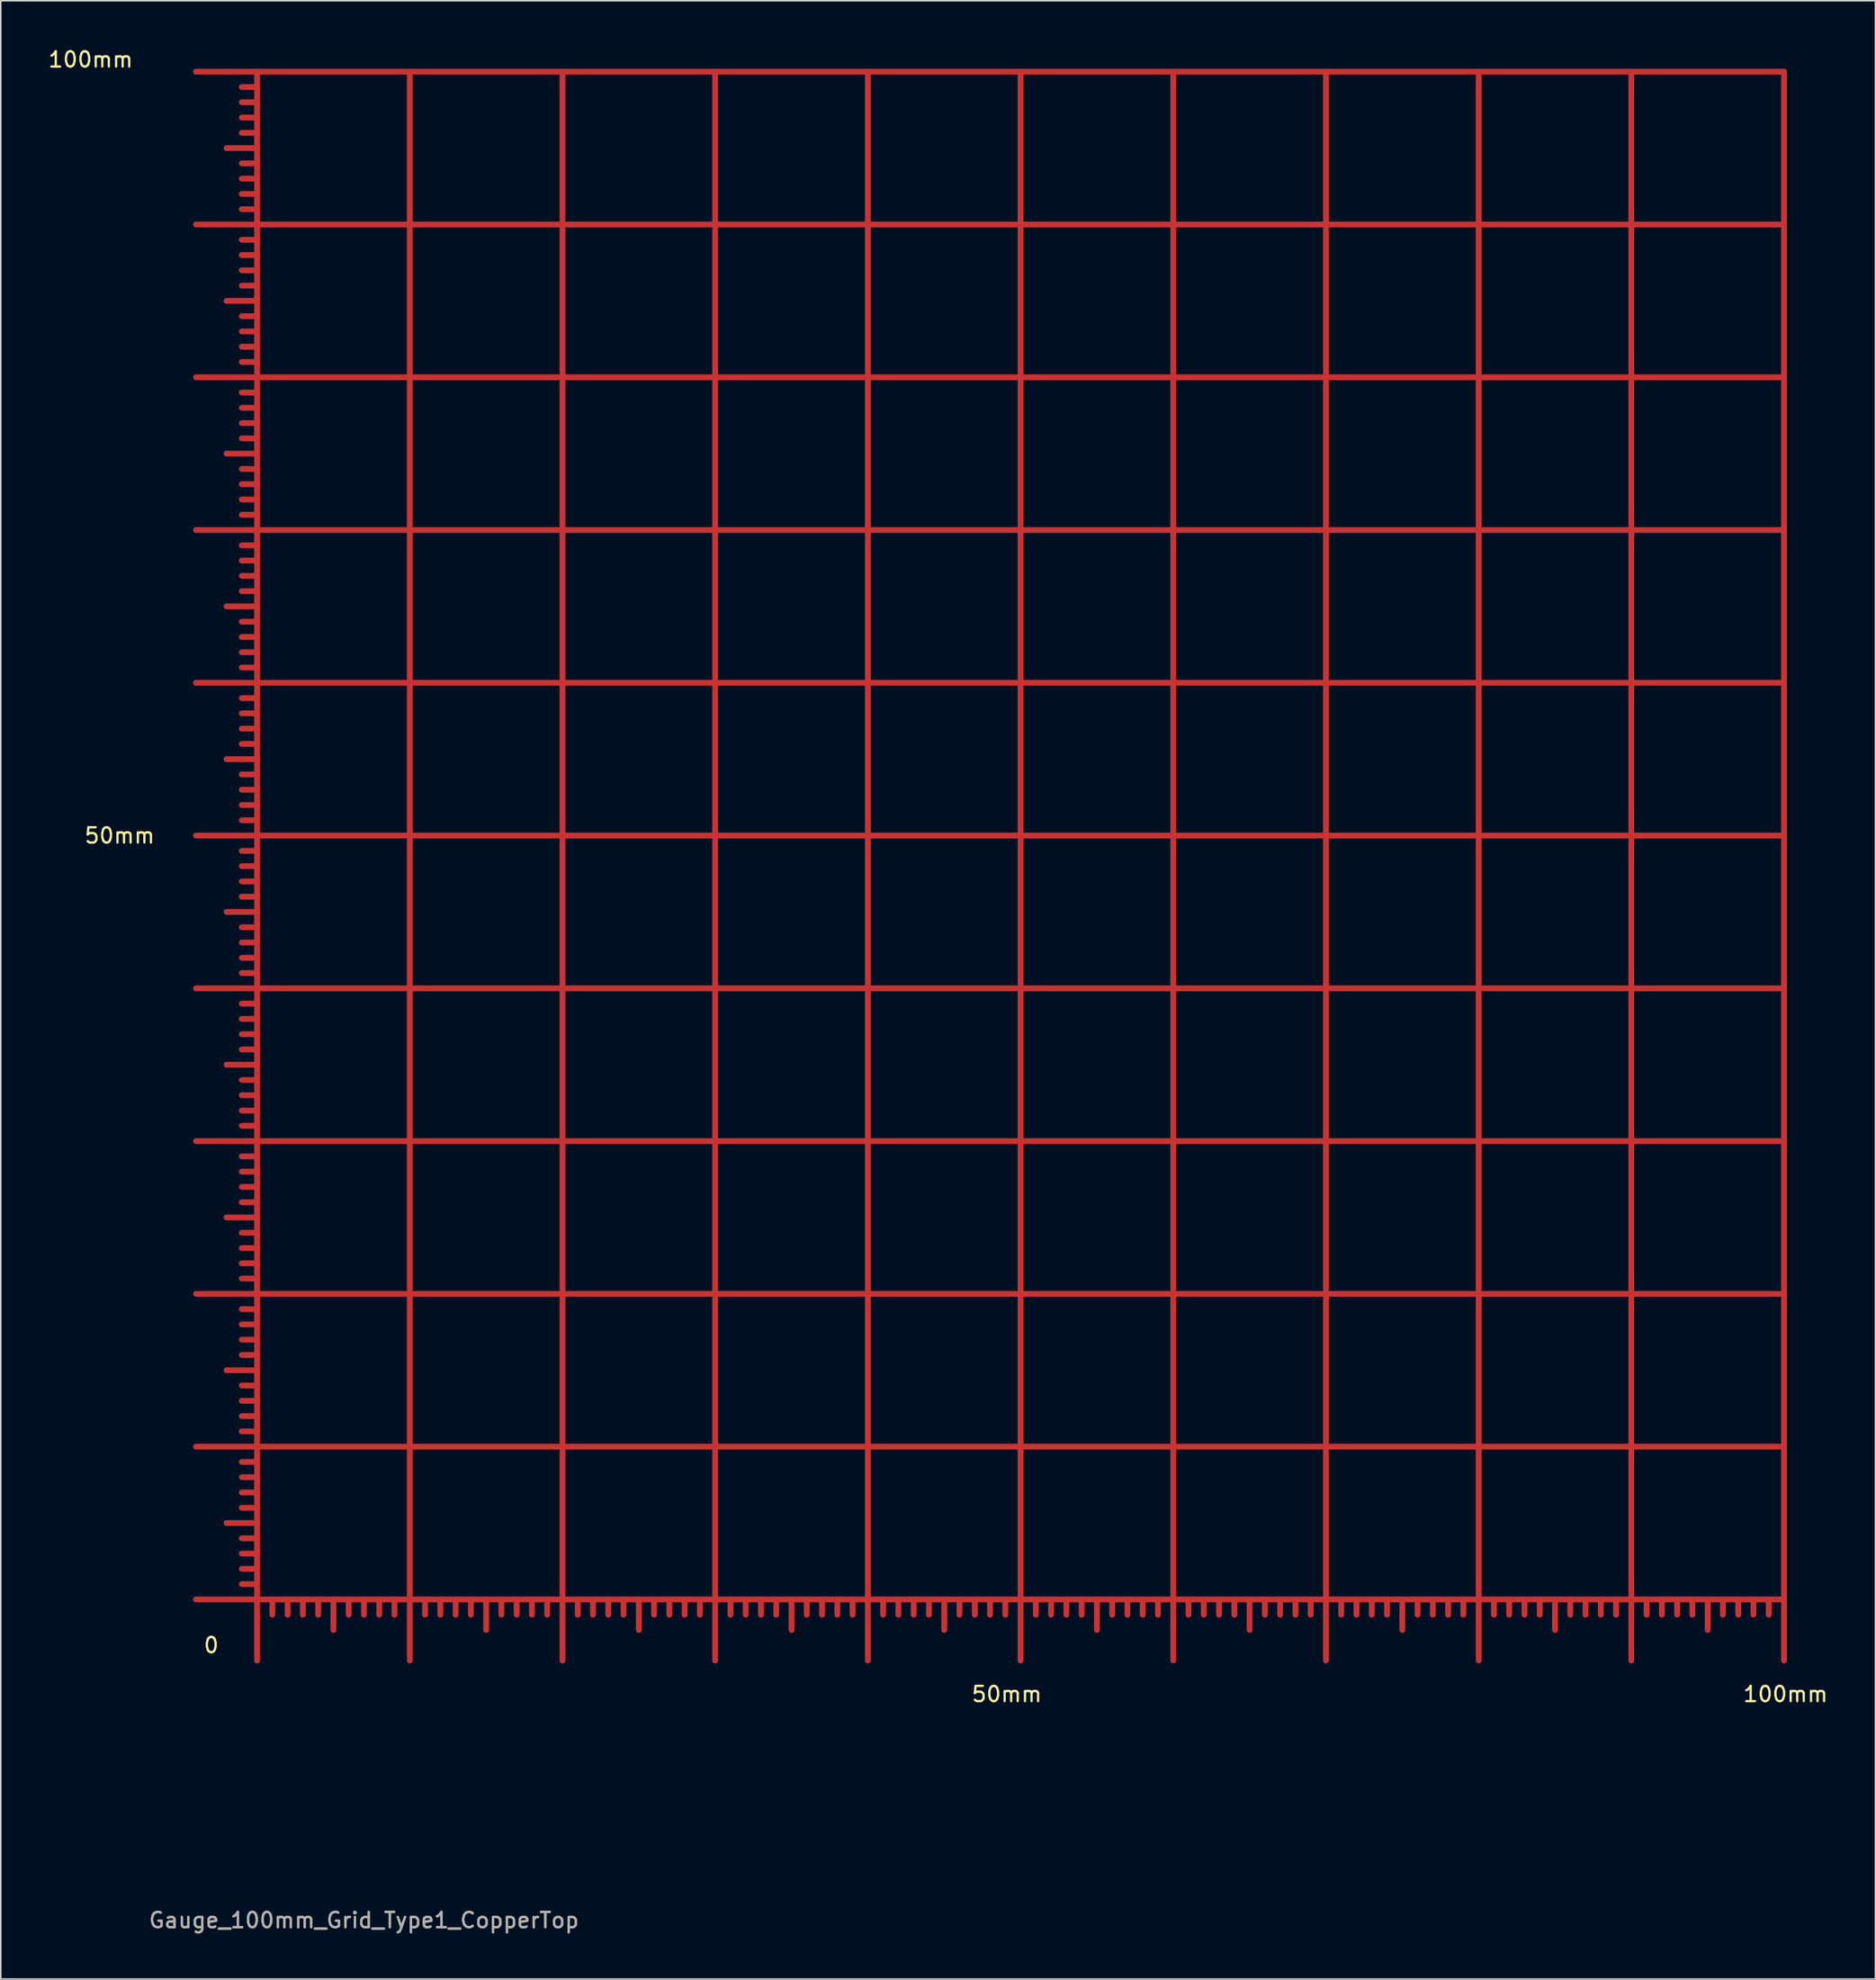
<source format=kicad_pcb>
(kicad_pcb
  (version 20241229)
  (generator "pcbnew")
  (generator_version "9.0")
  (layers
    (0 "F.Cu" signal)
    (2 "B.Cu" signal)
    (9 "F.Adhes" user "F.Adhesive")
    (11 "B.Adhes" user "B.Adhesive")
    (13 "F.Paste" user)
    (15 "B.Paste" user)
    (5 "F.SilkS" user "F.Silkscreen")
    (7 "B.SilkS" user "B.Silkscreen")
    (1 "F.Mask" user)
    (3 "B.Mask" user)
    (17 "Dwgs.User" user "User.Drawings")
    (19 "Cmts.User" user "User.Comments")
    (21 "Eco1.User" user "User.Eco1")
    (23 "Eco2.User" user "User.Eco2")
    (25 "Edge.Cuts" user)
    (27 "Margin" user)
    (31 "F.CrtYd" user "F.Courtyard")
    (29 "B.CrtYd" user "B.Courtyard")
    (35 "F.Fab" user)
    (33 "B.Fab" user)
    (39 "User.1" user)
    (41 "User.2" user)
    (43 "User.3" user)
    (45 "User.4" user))
  (footprint "Gauge_100mm_Grid_Type1_CopperTop"
    (layer "F.Cu")
    (at 13.786 101.646)
    (property "Reference" "Gauge_100mm_Grid_Type1_CopperTop" (at 7 21.001 0) (layer "F.SilkS") (effects (font (size 1 1) (thickness 0.15))))
    (attr exclude_from_pos_files exclude_from_bom)
    (fp_line (start -1.999 -100) (end -4 -100) (stroke (width 0.381) (type solid)) (layer "F.Cu"))
    (fp_line (start -1.001 -55.001) (end -1.999 -55.001) (stroke (width 0.381) (type solid)) (layer "F.Cu"))
    (fp_line (start 0 -100) (end -1.999 -100) (stroke (width 0.381) (type solid)) (layer "F.Cu"))
    (fp_line (start 0 -100) (end 100 -100) (stroke (width 0.381) (type solid)) (layer "F.Cu"))
    (fp_line (start 0 -98.999) (end -1.001 -98.999) (stroke (width 0.381) (type solid)) (layer "F.Cu"))
    (fp_line (start 0 -98.001) (end -1.001 -98.001) (stroke (width 0.381) (type solid)) (layer "F.Cu"))
    (fp_line (start 0 -97) (end -1.001 -97) (stroke (width 0.381) (type solid)) (layer "F.Cu"))
    (fp_line (start 0 -95.999) (end -1.001 -95.999) (stroke (width 0.381) (type solid)) (layer "F.Cu"))
    (fp_line (start 0 -95.001) (end -1.999 -95.001) (stroke (width 0.381) (type solid)) (layer "F.Cu"))
    (fp_line (start 0 -94) (end -1.001 -94) (stroke (width 0.381) (type solid)) (layer "F.Cu"))
    (fp_line (start 0 -93) (end -1.001 -93) (stroke (width 0.381) (type solid)) (layer "F.Cu"))
    (fp_line (start 0 -91.999) (end -1.001 -91.999) (stroke (width 0.381) (type solid)) (layer "F.Cu"))
    (fp_line (start 0 -91.001) (end -1.001 -91.001) (stroke (width 0.381) (type solid)) (layer "F.Cu"))
    (fp_line (start 0 -90) (end -4 -90) (stroke (width 0.381) (type solid)) (layer "F.Cu"))
    (fp_line (start 0 -90) (end 100 -90) (stroke (width 0.381) (type solid)) (layer "F.Cu"))
    (fp_line (start 0 -88.999) (end -1.001 -88.999) (stroke (width 0.381) (type solid)) (layer "F.Cu"))
    (fp_line (start 0 -88.001) (end -1.001 -88.001) (stroke (width 0.381) (type solid)) (layer "F.Cu"))
    (fp_line (start 0 -87) (end -1.001 -87) (stroke (width 0.381) (type solid)) (layer "F.Cu"))
    (fp_line (start 0 -85.999) (end -1.001 -85.999) (stroke (width 0.381) (type solid)) (layer "F.Cu"))
    (fp_line (start 0 -85.001) (end -1.999 -85.001) (stroke (width 0.381) (type solid)) (layer "F.Cu"))
    (fp_line (start 0 -84) (end -1.001 -84) (stroke (width 0.381) (type solid)) (layer "F.Cu"))
    (fp_line (start 0 -83) (end -1.001 -83) (stroke (width 0.381) (type solid)) (layer "F.Cu"))
    (fp_line (start 0 -81.999) (end -1.001 -81.999) (stroke (width 0.381) (type solid)) (layer "F.Cu"))
    (fp_line (start 0 -81.001) (end -1.001 -81.001) (stroke (width 0.381) (type solid)) (layer "F.Cu"))
    (fp_line (start 0 -80) (end -4 -80) (stroke (width 0.381) (type solid)) (layer "F.Cu"))
    (fp_line (start 0 -80) (end 100 -80) (stroke (width 0.381) (type solid)) (layer "F.Cu"))
    (fp_line (start 0 -78.999) (end -1.001 -78.999) (stroke (width 0.381) (type solid)) (layer "F.Cu"))
    (fp_line (start 0 -78.001) (end -1.001 -78.001) (stroke (width 0.381) (type solid)) (layer "F.Cu"))
    (fp_line (start 0 -77) (end -1.001 -77) (stroke (width 0.381) (type solid)) (layer "F.Cu"))
    (fp_line (start 0 -75.999) (end -1.001 -75.999) (stroke (width 0.381) (type solid)) (layer "F.Cu"))
    (fp_line (start 0 -75.001) (end -1.999 -75.001) (stroke (width 0.381) (type solid)) (layer "F.Cu"))
    (fp_line (start 0 -74) (end -1.001 -74) (stroke (width 0.381) (type solid)) (layer "F.Cu"))
    (fp_line (start 0 -73) (end -1.001 -73) (stroke (width 0.381) (type solid)) (layer "F.Cu"))
    (fp_line (start 0 -71.999) (end -1.001 -71.999) (stroke (width 0.381) (type solid)) (layer "F.Cu"))
    (fp_line (start 0 -71.001) (end -1.001 -71.001) (stroke (width 0.381) (type solid)) (layer "F.Cu"))
    (fp_line (start 0 -70) (end -4 -70) (stroke (width 0.381) (type solid)) (layer "F.Cu"))
    (fp_line (start 0 -70) (end 100 -70) (stroke (width 0.381) (type solid)) (layer "F.Cu"))
    (fp_line (start 0 -68.999) (end -1.001 -68.999) (stroke (width 0.381) (type solid)) (layer "F.Cu"))
    (fp_line (start 0 -68.001) (end -1.001 -68.001) (stroke (width 0.381) (type solid)) (layer "F.Cu"))
    (fp_line (start 0 -67) (end -1.001 -67) (stroke (width 0.381) (type solid)) (layer "F.Cu"))
    (fp_line (start 0 -65.999) (end -1.001 -65.999) (stroke (width 0.381) (type solid)) (layer "F.Cu"))
    (fp_line (start 0 -65.001) (end -1.999 -65.001) (stroke (width 0.381) (type solid)) (layer "F.Cu"))
    (fp_line (start 0 -64) (end -1.001 -64) (stroke (width 0.381) (type solid)) (layer "F.Cu"))
    (fp_line (start 0 -63) (end -1.001 -63) (stroke (width 0.381) (type solid)) (layer "F.Cu"))
    (fp_line (start 0 -61.999) (end -1.001 -61.999) (stroke (width 0.381) (type solid)) (layer "F.Cu"))
    (fp_line (start 0 -61.001) (end -1.001 -61.001) (stroke (width 0.381) (type solid)) (layer "F.Cu"))
    (fp_line (start 0 -60) (end -4 -60) (stroke (width 0.381) (type solid)) (layer "F.Cu"))
    (fp_line (start 0 -60) (end 100 -60) (stroke (width 0.381) (type solid)) (layer "F.Cu"))
    (fp_line (start 0 -58.999) (end -1.001 -58.999) (stroke (width 0.381) (type solid)) (layer "F.Cu"))
    (fp_line (start 0 -58.001) (end -1.001 -58.001) (stroke (width 0.381) (type solid)) (layer "F.Cu"))
    (fp_line (start 0 -57) (end -1.001 -57) (stroke (width 0.381) (type solid)) (layer "F.Cu"))
    (fp_line (start 0 -55.999) (end -1.001 -55.999) (stroke (width 0.381) (type solid)) (layer "F.Cu"))
    (fp_line (start 0 -55.001) (end -1.001 -55.001) (stroke (width 0.381) (type solid)) (layer "F.Cu"))
    (fp_line (start 0 -54) (end -1.001 -54) (stroke (width 0.381) (type solid)) (layer "F.Cu"))
    (fp_line (start 0 -53) (end -1.001 -53) (stroke (width 0.381) (type solid)) (layer "F.Cu"))
    (fp_line (start 0 -51.999) (end -1.001 -51.999) (stroke (width 0.381) (type solid)) (layer "F.Cu"))
    (fp_line (start 0 -51.001) (end -1.001 -51.001) (stroke (width 0.381) (type solid)) (layer "F.Cu"))
    (fp_line (start 0 -50) (end -4 -50) (stroke (width 0.381) (type solid)) (layer "F.Cu"))
    (fp_line (start 0 -50) (end 100 -50) (stroke (width 0.381) (type solid)) (layer "F.Cu"))
    (fp_line (start 0 -48.999) (end -1.001 -48.999) (stroke (width 0.381) (type solid)) (layer "F.Cu"))
    (fp_line (start 0 -48.001) (end -1.001 -48.001) (stroke (width 0.381) (type solid)) (layer "F.Cu"))
    (fp_line (start 0 -47) (end -1.001 -47) (stroke (width 0.381) (type solid)) (layer "F.Cu"))
    (fp_line (start 0 -45.999) (end -1.001 -45.999) (stroke (width 0.381) (type solid)) (layer "F.Cu"))
    (fp_line (start 0 -45.001) (end -1.999 -45.001) (stroke (width 0.381) (type solid)) (layer "F.Cu"))
    (fp_line (start 0 -44) (end -1.001 -44) (stroke (width 0.381) (type solid)) (layer "F.Cu"))
    (fp_line (start 0 -43) (end -1.001 -43) (stroke (width 0.381) (type solid)) (layer "F.Cu"))
    (fp_line (start 0 -41.999) (end -1.001 -41.999) (stroke (width 0.381) (type solid)) (layer "F.Cu"))
    (fp_line (start 0 -41.001) (end -1.001 -41.001) (stroke (width 0.381) (type solid)) (layer "F.Cu"))
    (fp_line (start 0 -40) (end -4 -40) (stroke (width 0.381) (type solid)) (layer "F.Cu"))
    (fp_line (start 0 -40) (end 100 -40) (stroke (width 0.381) (type solid)) (layer "F.Cu"))
    (fp_line (start 0 -38.999) (end -1.001 -38.999) (stroke (width 0.381) (type solid)) (layer "F.Cu"))
    (fp_line (start 0 -38.001) (end -1.001 -38.001) (stroke (width 0.381) (type solid)) (layer "F.Cu"))
    (fp_line (start 0 -37) (end -1.001 -37) (stroke (width 0.381) (type solid)) (layer "F.Cu"))
    (fp_line (start 0 -35.999) (end -1.001 -35.999) (stroke (width 0.381) (type solid)) (layer "F.Cu"))
    (fp_line (start 0 -35.001) (end -1.999 -35.001) (stroke (width 0.381) (type solid)) (layer "F.Cu"))
    (fp_line (start 0 -34) (end -1.001 -34) (stroke (width 0.381) (type solid)) (layer "F.Cu"))
    (fp_line (start 0 -33) (end -1.001 -33) (stroke (width 0.381) (type solid)) (layer "F.Cu"))
    (fp_line (start 0 -31.999) (end -1.001 -31.999) (stroke (width 0.381) (type solid)) (layer "F.Cu"))
    (fp_line (start 0 -31.001) (end -1.001 -31.001) (stroke (width 0.381) (type solid)) (layer "F.Cu"))
    (fp_line (start 0 -30) (end -4 -30) (stroke (width 0.381) (type solid)) (layer "F.Cu"))
    (fp_line (start 0 -30) (end 100 -30) (stroke (width 0.381) (type solid)) (layer "F.Cu"))
    (fp_line (start 0 -28.999) (end -1.001 -28.999) (stroke (width 0.381) (type solid)) (layer "F.Cu"))
    (fp_line (start 0 -28.001) (end -1.001 -28.001) (stroke (width 0.381) (type solid)) (layer "F.Cu"))
    (fp_line (start 0 -27) (end -1.001 -27) (stroke (width 0.381) (type solid)) (layer "F.Cu"))
    (fp_line (start 0 -25.999) (end -1.001 -25.999) (stroke (width 0.381) (type solid)) (layer "F.Cu"))
    (fp_line (start 0 -25.001) (end -1.999 -25.001) (stroke (width 0.381) (type solid)) (layer "F.Cu"))
    (fp_line (start 0 -24) (end -1.001 -24) (stroke (width 0.381) (type solid)) (layer "F.Cu"))
    (fp_line (start 0 -23) (end -1.001 -23) (stroke (width 0.381) (type solid)) (layer "F.Cu"))
    (fp_line (start 0 -21.999) (end -1.001 -21.999) (stroke (width 0.381) (type solid)) (layer "F.Cu"))
    (fp_line (start 0 -21.001) (end -1.001 -21.001) (stroke (width 0.381) (type solid)) (layer "F.Cu"))
    (fp_line (start 0 -20) (end -4 -20) (stroke (width 0.381) (type solid)) (layer "F.Cu"))
    (fp_line (start 0 -20) (end 100 -20) (stroke (width 0.381) (type solid)) (layer "F.Cu"))
    (fp_line (start 0 -18.999) (end -1.001 -18.999) (stroke (width 0.381) (type solid)) (layer "F.Cu"))
    (fp_line (start 0 -18.001) (end -1.001 -18.001) (stroke (width 0.381) (type solid)) (layer "F.Cu"))
    (fp_line (start 0 -17) (end -1.001 -17) (stroke (width 0.381) (type solid)) (layer "F.Cu"))
    (fp_line (start 0 -15.999) (end -1.001 -15.999) (stroke (width 0.381) (type solid)) (layer "F.Cu"))
    (fp_line (start 0 -15.001) (end -1.999 -15.001) (stroke (width 0.381) (type solid)) (layer "F.Cu"))
    (fp_line (start 0 -14) (end -1.001 -14) (stroke (width 0.381) (type solid)) (layer "F.Cu"))
    (fp_line (start 0 -13) (end -1.001 -13) (stroke (width 0.381) (type solid)) (layer "F.Cu"))
    (fp_line (start 0 -11.999) (end -1.001 -11.999) (stroke (width 0.381) (type solid)) (layer "F.Cu"))
    (fp_line (start 0 -11.001) (end -1.001 -11.001) (stroke (width 0.381) (type solid)) (layer "F.Cu"))
    (fp_line (start 0 -10) (end -4 -10) (stroke (width 0.381) (type solid)) (layer "F.Cu"))
    (fp_line (start 0 -10) (end 100 -10) (stroke (width 0.381) (type solid)) (layer "F.Cu"))
    (fp_line (start 0 -8.999) (end -1.001 -8.999) (stroke (width 0.381) (type solid)) (layer "F.Cu"))
    (fp_line (start 0 -8.001) (end -1.001 -8.001) (stroke (width 0.381) (type solid)) (layer "F.Cu"))
    (fp_line (start 0 -7) (end -1.001 -7) (stroke (width 0.381) (type solid)) (layer "F.Cu"))
    (fp_line (start 0 -5.999) (end -1.001 -5.999) (stroke (width 0.381) (type solid)) (layer "F.Cu"))
    (fp_line (start 0 -5.001) (end -1.999 -5.001) (stroke (width 0.381) (type solid)) (layer "F.Cu"))
    (fp_line (start 0 -4) (end -1.001 -4) (stroke (width 0.381) (type solid)) (layer "F.Cu"))
    (fp_line (start 0 -3) (end -1.001 -3) (stroke (width 0.381) (type solid)) (layer "F.Cu"))
    (fp_line (start 0 -1.999) (end -1.001 -1.999) (stroke (width 0.381) (type solid)) (layer "F.Cu"))
    (fp_line (start 0 -1.001) (end -1.001 -1.001) (stroke (width 0.381) (type solid)) (layer "F.Cu"))
    (fp_line (start 0 0) (end -4 0) (stroke (width 0.381) (type solid)) (layer "F.Cu"))
    (fp_line (start 0 0) (end 0 -100) (stroke (width 0.381) (type solid)) (layer "F.Cu"))
    (fp_line (start 0 0) (end 0 4) (stroke (width 0.381) (type solid)) (layer "F.Cu"))
    (fp_line (start 0 0) (end 100 0) (stroke (width 0.381) (type solid)) (layer "F.Cu"))
    (fp_line (start 1.001 0) (end 1.001 1.001) (stroke (width 0.381) (type solid)) (layer "F.Cu"))
    (fp_line (start 1.999 0) (end 1.999 1.001) (stroke (width 0.381) (type solid)) (layer "F.Cu"))
    (fp_line (start 3 0) (end 3 1.001) (stroke (width 0.381) (type solid)) (layer "F.Cu"))
    (fp_line (start 4 0) (end 4 1.001) (stroke (width 0.381) (type solid)) (layer "F.Cu"))
    (fp_line (start 5.001 0) (end 5.001 1.999) (stroke (width 0.381) (type solid)) (layer "F.Cu"))
    (fp_line (start 5.999 0) (end 5.999 1.001) (stroke (width 0.381) (type solid)) (layer "F.Cu"))
    (fp_line (start 7 0) (end 7 1.001) (stroke (width 0.381) (type solid)) (layer "F.Cu"))
    (fp_line (start 8.001 0) (end 8.001 1.001) (stroke (width 0.381) (type solid)) (layer "F.Cu"))
    (fp_line (start 8.999 0) (end 8.999 1.001) (stroke (width 0.381) (type solid)) (layer "F.Cu"))
    (fp_line (start 10 0) (end 10 -100) (stroke (width 0.381) (type solid)) (layer "F.Cu"))
    (fp_line (start 10 0) (end 10 4) (stroke (width 0.381) (type solid)) (layer "F.Cu"))
    (fp_line (start 11.001 0) (end 11.001 1.001) (stroke (width 0.381) (type solid)) (layer "F.Cu"))
    (fp_line (start 11.999 0) (end 11.999 1.001) (stroke (width 0.381) (type solid)) (layer "F.Cu"))
    (fp_line (start 13 0) (end 13 1.001) (stroke (width 0.381) (type solid)) (layer "F.Cu"))
    (fp_line (start 14 0) (end 14 1.001) (stroke (width 0.381) (type solid)) (layer "F.Cu"))
    (fp_line (start 15.001 0) (end 15.001 1.999) (stroke (width 0.381) (type solid)) (layer "F.Cu"))
    (fp_line (start 15.999 0) (end 15.999 1.001) (stroke (width 0.381) (type solid)) (layer "F.Cu"))
    (fp_line (start 17 0) (end 17 1.001) (stroke (width 0.381) (type solid)) (layer "F.Cu"))
    (fp_line (start 18.001 0) (end 18.001 1.001) (stroke (width 0.381) (type solid)) (layer "F.Cu"))
    (fp_line (start 18.999 0) (end 18.999 1.001) (stroke (width 0.381) (type solid)) (layer "F.Cu"))
    (fp_line (start 20 0) (end 20 -100) (stroke (width 0.381) (type solid)) (layer "F.Cu"))
    (fp_line (start 20 0) (end 20 4) (stroke (width 0.381) (type solid)) (layer "F.Cu"))
    (fp_line (start 21.001 0) (end 21.001 1.001) (stroke (width 0.381) (type solid)) (layer "F.Cu"))
    (fp_line (start 21.999 0) (end 21.999 1.001) (stroke (width 0.381) (type solid)) (layer "F.Cu"))
    (fp_line (start 23 0) (end 23 1.001) (stroke (width 0.381) (type solid)) (layer "F.Cu"))
    (fp_line (start 24 0) (end 24 1.001) (stroke (width 0.381) (type solid)) (layer "F.Cu"))
    (fp_line (start 25.001 0) (end 25.001 1.999) (stroke (width 0.381) (type solid)) (layer "F.Cu"))
    (fp_line (start 25.999 0) (end 25.999 1.001) (stroke (width 0.381) (type solid)) (layer "F.Cu"))
    (fp_line (start 27 0) (end 27 1.001) (stroke (width 0.381) (type solid)) (layer "F.Cu"))
    (fp_line (start 28.001 0) (end 28.001 1.001) (stroke (width 0.381) (type solid)) (layer "F.Cu"))
    (fp_line (start 28.999 0) (end 28.999 1.001) (stroke (width 0.381) (type solid)) (layer "F.Cu"))
    (fp_line (start 30 0) (end 30 -100) (stroke (width 0.381) (type solid)) (layer "F.Cu"))
    (fp_line (start 30 0) (end 30 4) (stroke (width 0.381) (type solid)) (layer "F.Cu"))
    (fp_line (start 31.001 0) (end 31.001 1.001) (stroke (width 0.381) (type solid)) (layer "F.Cu"))
    (fp_line (start 31.999 0) (end 31.999 1.001) (stroke (width 0.381) (type solid)) (layer "F.Cu"))
    (fp_line (start 33 0) (end 33 1.001) (stroke (width 0.381) (type solid)) (layer "F.Cu"))
    (fp_line (start 34 0) (end 34 1.001) (stroke (width 0.381) (type solid)) (layer "F.Cu"))
    (fp_line (start 35.001 0) (end 35.001 1.999) (stroke (width 0.381) (type solid)) (layer "F.Cu"))
    (fp_line (start 35.999 0) (end 35.999 1.001) (stroke (width 0.381) (type solid)) (layer "F.Cu"))
    (fp_line (start 37 0) (end 37 1.001) (stroke (width 0.381) (type solid)) (layer "F.Cu"))
    (fp_line (start 38.001 0) (end 38.001 1.001) (stroke (width 0.381) (type solid)) (layer "F.Cu"))
    (fp_line (start 38.999 0) (end 38.999 1.001) (stroke (width 0.381) (type solid)) (layer "F.Cu"))
    (fp_line (start 40 0) (end 40 -100) (stroke (width 0.381) (type solid)) (layer "F.Cu"))
    (fp_line (start 40 0) (end 40 4) (stroke (width 0.381) (type solid)) (layer "F.Cu"))
    (fp_line (start 41.001 0) (end 41.001 1.001) (stroke (width 0.381) (type solid)) (layer "F.Cu"))
    (fp_line (start 41.999 0) (end 41.999 1.001) (stroke (width 0.381) (type solid)) (layer "F.Cu"))
    (fp_line (start 43 0) (end 43 1.001) (stroke (width 0.381) (type solid)) (layer "F.Cu"))
    (fp_line (start 44 0) (end 44 1.001) (stroke (width 0.381) (type solid)) (layer "F.Cu"))
    (fp_line (start 45.001 0) (end 45.001 1.999) (stroke (width 0.381) (type solid)) (layer "F.Cu"))
    (fp_line (start 45.999 0) (end 45.999 1.001) (stroke (width 0.381) (type solid)) (layer "F.Cu"))
    (fp_line (start 47 0) (end 47 1.001) (stroke (width 0.381) (type solid)) (layer "F.Cu"))
    (fp_line (start 48.001 0) (end 48.001 1.001) (stroke (width 0.381) (type solid)) (layer "F.Cu"))
    (fp_line (start 48.999 0) (end 48.999 1.001) (stroke (width 0.381) (type solid)) (layer "F.Cu"))
    (fp_line (start 50 0) (end 50 -100) (stroke (width 0.381) (type solid)) (layer "F.Cu"))
    (fp_line (start 50 0) (end 50 4) (stroke (width 0.381) (type solid)) (layer "F.Cu"))
    (fp_line (start 51.001 0) (end 51.001 1.001) (stroke (width 0.381) (type solid)) (layer "F.Cu"))
    (fp_line (start 51.999 0) (end 51.999 1.001) (stroke (width 0.381) (type solid)) (layer "F.Cu"))
    (fp_line (start 53 0) (end 53 1.001) (stroke (width 0.381) (type solid)) (layer "F.Cu"))
    (fp_line (start 54 0) (end 54 1.001) (stroke (width 0.381) (type solid)) (layer "F.Cu"))
    (fp_line (start 55.001 0) (end 55.001 1.999) (stroke (width 0.381) (type solid)) (layer "F.Cu"))
    (fp_line (start 55.999 0) (end 55.999 1.001) (stroke (width 0.381) (type solid)) (layer "F.Cu"))
    (fp_line (start 57 0) (end 57 1.001) (stroke (width 0.381) (type solid)) (layer "F.Cu"))
    (fp_line (start 58.001 0) (end 58.001 1.001) (stroke (width 0.381) (type solid)) (layer "F.Cu"))
    (fp_line (start 58.999 0) (end 58.999 1.001) (stroke (width 0.381) (type solid)) (layer "F.Cu"))
    (fp_line (start 60 -100) (end 60 0) (stroke (width 0.381) (type solid)) (layer "F.Cu"))
    (fp_line (start 60 0) (end 60 4) (stroke (width 0.381) (type solid)) (layer "F.Cu"))
    (fp_line (start 61.001 0) (end 61.001 1.001) (stroke (width 0.381) (type solid)) (layer "F.Cu"))
    (fp_line (start 61.999 0) (end 61.999 1.001) (stroke (width 0.381) (type solid)) (layer "F.Cu"))
    (fp_line (start 63 0) (end 63 1.001) (stroke (width 0.381) (type solid)) (layer "F.Cu"))
    (fp_line (start 64 0) (end 64 1.001) (stroke (width 0.381) (type solid)) (layer "F.Cu"))
    (fp_line (start 65.001 0) (end 65.001 1.999) (stroke (width 0.381) (type solid)) (layer "F.Cu"))
    (fp_line (start 65.999 0) (end 65.999 1.001) (stroke (width 0.381) (type solid)) (layer "F.Cu"))
    (fp_line (start 67 0) (end 67 1.001) (stroke (width 0.381) (type solid)) (layer "F.Cu"))
    (fp_line (start 68.001 0) (end 68.001 1.001) (stroke (width 0.381) (type solid)) (layer "F.Cu"))
    (fp_line (start 68.999 0) (end 68.999 1.001) (stroke (width 0.381) (type solid)) (layer "F.Cu"))
    (fp_line (start 70 0) (end 70 -100) (stroke (width 0.381) (type solid)) (layer "F.Cu"))
    (fp_line (start 70 0) (end 70 4) (stroke (width 0.381) (type solid)) (layer "F.Cu"))
    (fp_line (start 71.001 0) (end 71.001 1.001) (stroke (width 0.381) (type solid)) (layer "F.Cu"))
    (fp_line (start 71.999 0) (end 71.999 1.001) (stroke (width 0.381) (type solid)) (layer "F.Cu"))
    (fp_line (start 73 0) (end 73 1.001) (stroke (width 0.381) (type solid)) (layer "F.Cu"))
    (fp_line (start 74 0) (end 74 1.001) (stroke (width 0.381) (type solid)) (layer "F.Cu"))
    (fp_line (start 75.001 0) (end 75.001 1.999) (stroke (width 0.381) (type solid)) (layer "F.Cu"))
    (fp_line (start 75.999 0) (end 75.999 1.001) (stroke (width 0.381) (type solid)) (layer "F.Cu"))
    (fp_line (start 77 0) (end 77 1.001) (stroke (width 0.381) (type solid)) (layer "F.Cu"))
    (fp_line (start 78.001 0) (end 78.001 1.001) (stroke (width 0.381) (type solid)) (layer "F.Cu"))
    (fp_line (start 78.999 0) (end 78.999 1.001) (stroke (width 0.381) (type solid)) (layer "F.Cu"))
    (fp_line (start 80 -100) (end 80 0) (stroke (width 0.381) (type solid)) (layer "F.Cu"))
    (fp_line (start 80 0) (end 80 4) (stroke (width 0.381) (type solid)) (layer "F.Cu"))
    (fp_line (start 81.001 0) (end 81.001 1.001) (stroke (width 0.381) (type solid)) (layer "F.Cu"))
    (fp_line (start 81.999 0) (end 81.999 1.001) (stroke (width 0.381) (type solid)) (layer "F.Cu"))
    (fp_line (start 83 0) (end 83 1.001) (stroke (width 0.381) (type solid)) (layer "F.Cu"))
    (fp_line (start 84 0) (end 84 1.001) (stroke (width 0.381) (type solid)) (layer "F.Cu"))
    (fp_line (start 85.001 0) (end 85.001 1.999) (stroke (width 0.381) (type solid)) (layer "F.Cu"))
    (fp_line (start 85.999 0) (end 85.999 1.001) (stroke (width 0.381) (type solid)) (layer "F.Cu"))
    (fp_line (start 87 0) (end 87 1.001) (stroke (width 0.381) (type solid)) (layer "F.Cu"))
    (fp_line (start 88.001 0) (end 88.001 1.001) (stroke (width 0.381) (type solid)) (layer "F.Cu"))
    (fp_line (start 88.999 0) (end 88.999 1.001) (stroke (width 0.381) (type solid)) (layer "F.Cu"))
    (fp_line (start 90 0) (end 90 -100) (stroke (width 0.381) (type solid)) (layer "F.Cu"))
    (fp_line (start 90 0) (end 90 4) (stroke (width 0.381) (type solid)) (layer "F.Cu"))
    (fp_line (start 91.001 0) (end 91.001 1.001) (stroke (width 0.381) (type solid)) (layer "F.Cu"))
    (fp_line (start 91.999 0) (end 91.999 1.001) (stroke (width 0.381) (type solid)) (layer "F.Cu"))
    (fp_line (start 93 0) (end 93 1.001) (stroke (width 0.381) (type solid)) (layer "F.Cu"))
    (fp_line (start 94 0) (end 94 1.001) (stroke (width 0.381) (type solid)) (layer "F.Cu"))
    (fp_line (start 95.001 0) (end 95.001 1.999) (stroke (width 0.381) (type solid)) (layer "F.Cu"))
    (fp_line (start 95.999 0) (end 95.999 1.001) (stroke (width 0.381) (type solid)) (layer "F.Cu"))
    (fp_line (start 97 0) (end 97 1.001) (stroke (width 0.381) (type solid)) (layer "F.Cu"))
    (fp_line (start 98.001 0) (end 98.001 1.001) (stroke (width 0.381) (type solid)) (layer "F.Cu"))
    (fp_line (start 98.999 0) (end 98.999 1.001) (stroke (width 0.381) (type solid)) (layer "F.Cu"))
    (fp_line (start 100 -100) (end 100 0) (stroke (width 0.381) (type solid)) (layer "F.Cu"))
    (fp_line (start 100 0) (end 100 4) (stroke (width 0.381) (type solid)) (layer "F.Cu"))
    (fp_text user "100mm" (at -10.899 -100.797 0) (layer "F.SilkS") (effects (font (size 1 1) (thickness 0.15))))
    (fp_text user "50mm" (at -8.999 -50 0) (layer "F.SilkS") (effects (font (size 1 1) (thickness 0.15))))
    (fp_text user "100mm" (at 100.101 6.203 0) (layer "F.SilkS") (effects (font (size 1 1) (thickness 0.15))))
    (fp_text user "50mm" (at 49.101 6.203 0) (layer "F.SilkS") (effects (font (size 1 1) (thickness 0.15))))
    (fp_text user "0" (at -3 3 0) (layer "F.SilkS") (effects (font (size 1 1) (thickness 0.15))))
    (fp_text user "${REFERENCE}" (at 7 21.001 0) (layer "F.Fab") (effects (font (size 1 1) (thickness 0.15)))))
  (gr_rect
    (start -3 -3)
    (end 119.774 126.495)
    (stroke (width 0.1) (type default))
    (fill no)
    (layer "Edge.Cuts")))
</source>
